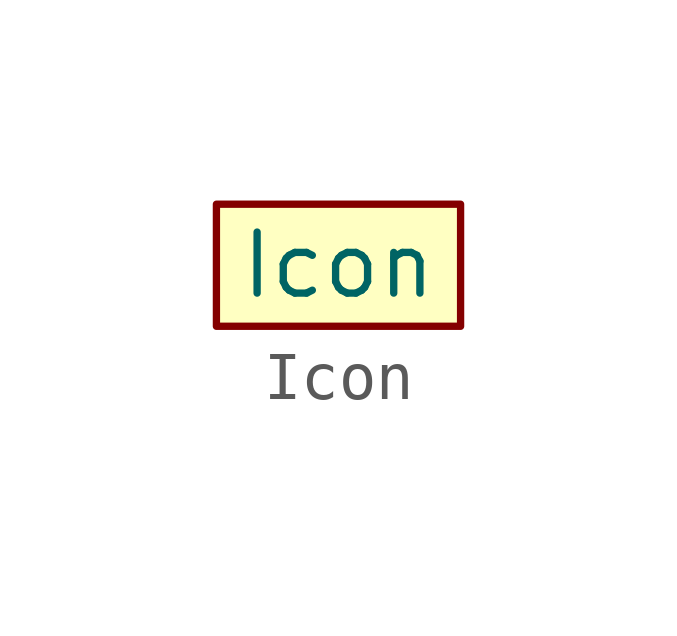
<source format=kicad_sym>
(kicad_symbol_lib
  (version 20211014)
  (generator kicad_symbol_editor)
  (symbol "Icon"
    (pin_names
      (offset 1.016))
    (property "Reference" "I"
      (at 0 0 0)
      (effects (font (size 1.27 1.27)) hide))
    (property "Value" "Icon"
      (at 0 0 0)
      (effects (font (size 1.27 1.27))))
    (symbol "Icon_0_1"
      (rectangle (start -2.54 1.27) (end 2.54 -1.27) (stroke (width 0) (type default) (color 0 0 0 0)) (fill (type background))))))
</source>
